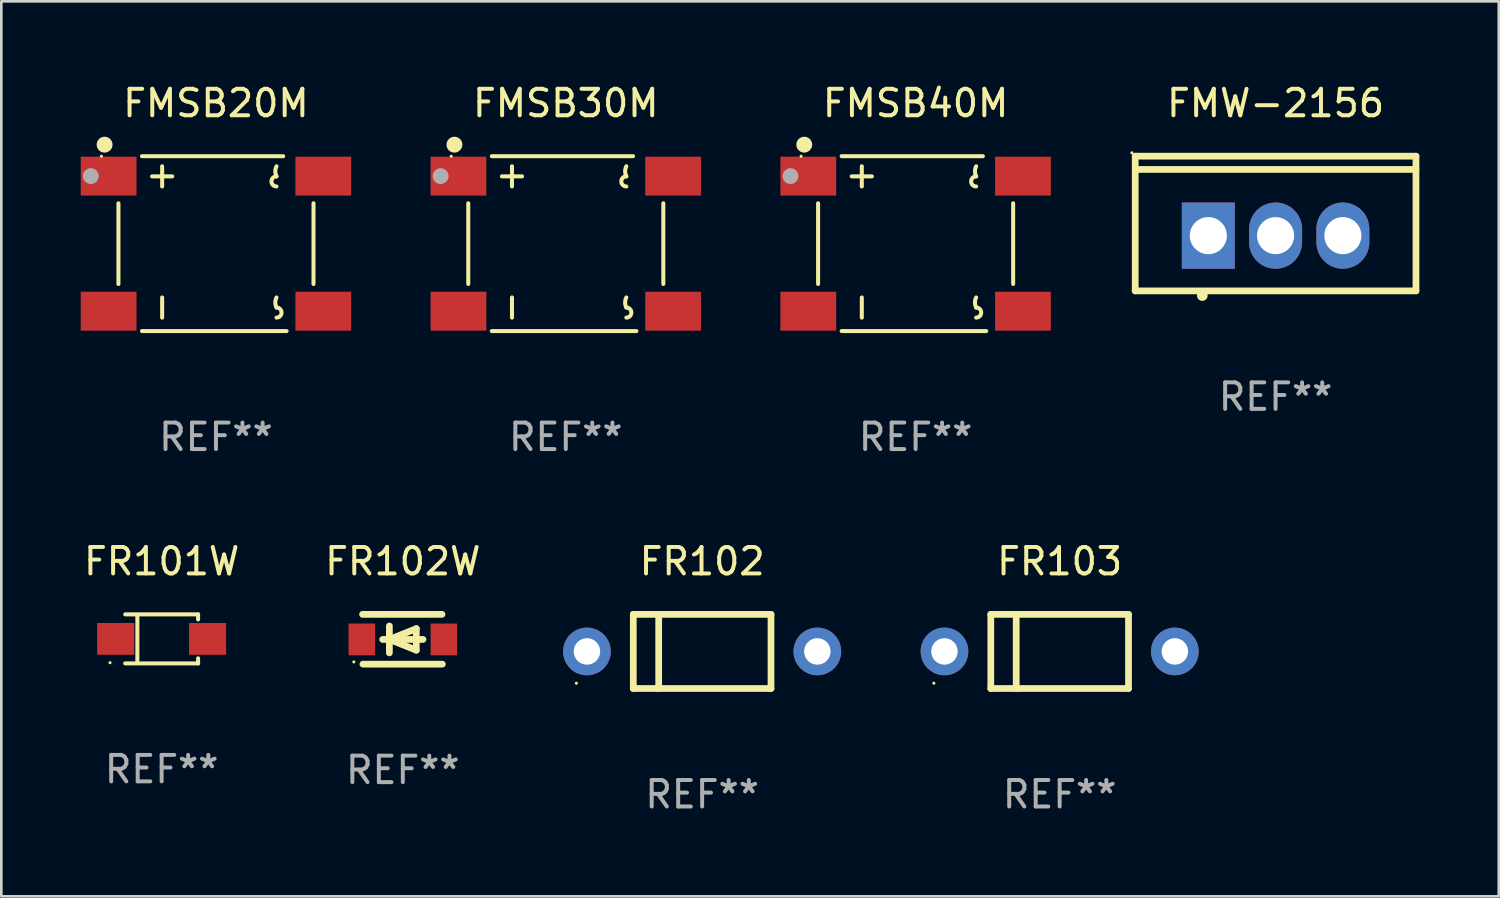
<source format=kicad_pcb>
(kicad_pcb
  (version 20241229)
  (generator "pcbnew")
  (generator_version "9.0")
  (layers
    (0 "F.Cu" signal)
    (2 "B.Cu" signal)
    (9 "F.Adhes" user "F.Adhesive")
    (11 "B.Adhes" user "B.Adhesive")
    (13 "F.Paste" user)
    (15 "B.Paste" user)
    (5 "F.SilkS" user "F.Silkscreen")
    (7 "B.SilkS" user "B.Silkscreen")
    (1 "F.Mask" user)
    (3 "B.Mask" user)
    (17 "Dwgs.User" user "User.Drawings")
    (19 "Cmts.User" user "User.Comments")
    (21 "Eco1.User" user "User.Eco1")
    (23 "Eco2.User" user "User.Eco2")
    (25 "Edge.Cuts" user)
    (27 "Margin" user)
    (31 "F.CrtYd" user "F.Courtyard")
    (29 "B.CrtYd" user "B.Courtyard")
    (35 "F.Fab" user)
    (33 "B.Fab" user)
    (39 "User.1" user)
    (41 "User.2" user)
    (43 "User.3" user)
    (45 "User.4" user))
  (footprint "FR102W"
    (layer "F.Cu")
    (at 12.161 21.089)
    (property "Reference" "FR102W" (at 0 -2.94 0) (layer "F.SilkS") (effects (font (size 1 1) (thickness 0.15))))
    (attr through_hole)
    (fp_line (start -1.52 -0.94) (end 1.48 -0.94) (stroke (width 0.254) (type solid)) (layer "F.SilkS"))
    (fp_line (start -1.507 0.94) (end 1.493 0.94) (stroke (width 0.254) (type solid)) (layer "F.SilkS"))
    (fp_line (start -0.762 0.007) (end 0.762 0.007) (stroke (width 0.254) (type solid)) (layer "F.SilkS"))
    (fp_line (start -0.508 -0.501) (end -0.508 0.515) (stroke (width 0.254) (type solid)) (layer "F.SilkS"))
    (fp_line (start -0.508 0.007) (end 0.508 -0.4) (stroke (width 0.254) (type solid)) (layer "F.SilkS"))
    (fp_line (start 0.508 -0.4) (end 0.508 0.413) (stroke (width 0.254) (type solid)) (layer "F.SilkS"))
    (fp_line (start 0.508 0.413) (end -0.508 0.007) (stroke (width 0.254) (type solid)) (layer "F.SilkS"))
    (fp_circle (center -1.85 0.857) (end -1.82 0.857) (stroke (width 0.06) (type solid)) (fill no) (layer "F.SilkS"))
    (fp_text user "REF**" (at 0 4.94 0) (layer "F.Fab") (effects (font (size 1 1) (thickness 0.15))))
    (pad "1" smd rect (at -1.55 0.007) (size 1 1.2) (layers "F.Cu" "F.Mask" "F.Paste"))
    (pad "2" smd rect (at 1.55 0.007) (size 1 1.2) (layers "F.Cu" "F.Mask" "F.Paste")))
  (footprint "FMSB30M"
    (layer "F.Cu")
    (at 18.315 6.15)
    (property "Reference" "FMSB30M" (at 0 -5.302 0) (layer "F.SilkS") (effects (font (size 1 1) (thickness 0.15))))
    (attr through_hole)
    (fp_line (start -3.683 -1.524) (end -3.683 1.524) (stroke (width 0.152) (type solid)) (layer "F.SilkS"))
    (fp_line (start -2.794 -3.302) (end 2.54 -3.302) (stroke (width 0.152) (type solid)) (layer "F.SilkS"))
    (fp_line (start -2.794 3.302) (end 2.667 3.302) (stroke (width 0.152) (type solid)) (layer "F.SilkS"))
    (fp_line (start -2.413 -2.54) (end -1.651 -2.54) (stroke (width 0.152) (type solid)) (layer "F.SilkS"))
    (fp_line (start -2.032 -2.921) (end -2.032 -2.159) (stroke (width 0.152) (type solid)) (layer "F.SilkS"))
    (fp_line (start -2.032 2.032) (end -2.032 2.794) (stroke (width 0.152) (type solid)) (layer "F.SilkS"))
    (fp_line (start 3.683 -1.524) (end 3.683 1.524) (stroke (width 0.152) (type solid)) (layer "F.SilkS"))
    (fp_arc (start 2.286004 -2.540006) (mid 2.241034 -2.730506) (end 2.286005 -2.921006) (stroke (width 0.151994) (type solid)) (layer "F.SilkS"))
    (fp_arc (start 2.286005 -2.159004) (mid 2.095504 -2.349505) (end 2.286005 -2.540006) (stroke (width 0.151994) (type solid)) (layer "F.SilkS"))
    (fp_arc (start 2.286005 2.413004) (mid 2.241034 2.222504) (end 2.286005 2.032004) (stroke (width 0.151994) (type solid)) (layer "F.SilkS"))
    (fp_arc (start 2.286005 2.413004) (mid 2.476506 2.603505) (end 2.286005 2.794006) (stroke (width 0.151994) (type solid)) (layer "F.SilkS"))
    (fp_circle (center -4.325 -3.3) (end -4.295 -3.3) (stroke (width 0.06) (type solid)) (fill no) (layer "F.SilkS"))
    (fp_circle (center -4.205 -3.737) (end -4.055 -3.737) (stroke (width 0.3) (type solid)) (fill no) (layer "F.SilkS"))
    (fp_circle (center -4.725 -2.55) (end -4.575 -2.55) (stroke (width 0.3) (type solid)) (fill no) (layer "F.Fab"))
    (fp_text user "REF**" (at 0 7.302 0) (layer "F.Fab") (effects (font (size 1 1) (thickness 0.15))))
    (pad "1" smd rect (at -4.053 -2.55) (size 2.105 1.47) (layers "F.Cu" "F.Mask" "F.Paste"))
    (pad "2" smd rect (at -4.053 2.55) (size 2.105 1.47) (layers "F.Cu" "F.Mask" "F.Paste"))
    (pad "3" smd rect (at 4.053 2.55) (size 2.105 1.47) (layers "F.Cu" "F.Mask" "F.Paste"))
    (pad "4" smd rect (at 4.053 -2.55) (size 2.105 1.47) (layers "F.Cu" "F.Mask" "F.Paste")))
  (footprint "FMSB40M"
    (layer "F.Cu")
    (at 31.525 6.15)
    (property "Reference" "FMSB40M" (at 0 -5.302 0) (layer "F.SilkS") (effects (font (size 1 1) (thickness 0.15))))
    (attr through_hole)
    (fp_line (start -3.683 -1.524) (end -3.683 1.524) (stroke (width 0.152) (type solid)) (layer "F.SilkS"))
    (fp_line (start -2.794 -3.302) (end 2.54 -3.302) (stroke (width 0.152) (type solid)) (layer "F.SilkS"))
    (fp_line (start -2.794 3.302) (end 2.667 3.302) (stroke (width 0.152) (type solid)) (layer "F.SilkS"))
    (fp_line (start -2.413 -2.54) (end -1.651 -2.54) (stroke (width 0.152) (type solid)) (layer "F.SilkS"))
    (fp_line (start -2.032 -2.921) (end -2.032 -2.159) (stroke (width 0.152) (type solid)) (layer "F.SilkS"))
    (fp_line (start -2.032 2.032) (end -2.032 2.794) (stroke (width 0.152) (type solid)) (layer "F.SilkS"))
    (fp_line (start 3.683 -1.524) (end 3.683 1.524) (stroke (width 0.152) (type solid)) (layer "F.SilkS"))
    (fp_arc (start 2.286004 -2.540006) (mid 2.241034 -2.730506) (end 2.286005 -2.921006) (stroke (width 0.151994) (type solid)) (layer "F.SilkS"))
    (fp_arc (start 2.286005 -2.159004) (mid 2.095504 -2.349505) (end 2.286005 -2.540006) (stroke (width 0.151994) (type solid)) (layer "F.SilkS"))
    (fp_arc (start 2.286005 2.413004) (mid 2.241034 2.222504) (end 2.286005 2.032004) (stroke (width 0.151994) (type solid)) (layer "F.SilkS"))
    (fp_arc (start 2.286005 2.413004) (mid 2.476506 2.603505) (end 2.286005 2.794006) (stroke (width 0.151994) (type solid)) (layer "F.SilkS"))
    (fp_circle (center -4.325 -3.3) (end -4.295 -3.3) (stroke (width 0.06) (type solid)) (fill no) (layer "F.SilkS"))
    (fp_circle (center -4.205 -3.737) (end -4.055 -3.737) (stroke (width 0.3) (type solid)) (fill no) (layer "F.SilkS"))
    (fp_circle (center -4.725 -2.55) (end -4.575 -2.55) (stroke (width 0.3) (type solid)) (fill no) (layer "F.Fab"))
    (fp_text user "REF**" (at 0 7.302 0) (layer "F.Fab") (effects (font (size 1 1) (thickness 0.15))))
    (pad "1" smd rect (at -4.053 -2.55) (size 2.105 1.47) (layers "F.Cu" "F.Mask" "F.Paste"))
    (pad "2" smd rect (at -4.053 2.55) (size 2.105 1.47) (layers "F.Cu" "F.Mask" "F.Paste"))
    (pad "3" smd rect (at 4.053 2.55) (size 2.105 1.47) (layers "F.Cu" "F.Mask" "F.Paste"))
    (pad "4" smd rect (at 4.053 -2.55) (size 2.105 1.47) (layers "F.Cu" "F.Mask" "F.Paste")))
  (footprint "FR103"
    (layer "F.Cu")
    (at 36.964 21.549)
    (property "Reference" "FR103" (at 0 -3.4 0) (layer "F.SilkS") (effects (font (size 1 1) (thickness 0.15))))
    (attr through_hole)
    (fp_line (start -2.6 -1.4) (end -2.6 1.4) (stroke (width 0.254) (type solid)) (layer "F.SilkS"))
    (fp_line (start -2.6 -1.4) (end 2.6 -1.4) (stroke (width 0.254) (type solid)) (layer "F.SilkS"))
    (fp_line (start -2.6 1.4) (end 2.6 1.4) (stroke (width 0.254) (type solid)) (layer "F.SilkS"))
    (fp_line (start -1.641 -1.4) (end -1.641 1.4) (stroke (width 0.254) (type solid)) (layer "F.SilkS"))
    (fp_line (start 2.6 -1.4) (end 2.6 1.4) (stroke (width 0.254) (type solid)) (layer "F.SilkS"))
    (fp_circle (center -4.75 1.2) (end -4.72 1.2) (stroke (width 0.06) (type solid)) (fill no) (layer "F.SilkS"))
    (fp_text user "REF**" (at 0 5.4 0) (layer "F.Fab") (effects (font (size 1 1) (thickness 0.15))))
    (pad "1" thru_hole circle (at -4.35 0) (size 1.8 1.8) (drill 1) (layers "*.Cu" "*.Mask"))
    (pad "2" thru_hole circle (at 4.35 0) (size 1.8 1.8) (drill 1) (layers "*.Cu" "*.Mask")))
  (footprint "FMSB20M"
    (layer "F.Cu")
    (at 5.105 6.15)
    (property "Reference" "FMSB20M" (at 0 -5.302 0) (layer "F.SilkS") (effects (font (size 1 1) (thickness 0.15))))
    (attr through_hole)
    (fp_line (start -3.683 -1.524) (end -3.683 1.524) (stroke (width 0.152) (type solid)) (layer "F.SilkS"))
    (fp_line (start -2.794 -3.302) (end 2.54 -3.302) (stroke (width 0.152) (type solid)) (layer "F.SilkS"))
    (fp_line (start -2.794 3.302) (end 2.667 3.302) (stroke (width 0.152) (type solid)) (layer "F.SilkS"))
    (fp_line (start -2.413 -2.54) (end -1.651 -2.54) (stroke (width 0.152) (type solid)) (layer "F.SilkS"))
    (fp_line (start -2.032 -2.921) (end -2.032 -2.159) (stroke (width 0.152) (type solid)) (layer "F.SilkS"))
    (fp_line (start -2.032 2.032) (end -2.032 2.794) (stroke (width 0.152) (type solid)) (layer "F.SilkS"))
    (fp_line (start 3.683 -1.524) (end 3.683 1.524) (stroke (width 0.152) (type solid)) (layer "F.SilkS"))
    (fp_arc (start 2.286004 -2.540006) (mid 2.241034 -2.730506) (end 2.286005 -2.921006) (stroke (width 0.151994) (type solid)) (layer "F.SilkS"))
    (fp_arc (start 2.286005 -2.159004) (mid 2.095504 -2.349505) (end 2.286005 -2.540006) (stroke (width 0.151994) (type solid)) (layer "F.SilkS"))
    (fp_arc (start 2.286005 2.413004) (mid 2.241034 2.222504) (end 2.286005 2.032004) (stroke (width 0.151994) (type solid)) (layer "F.SilkS"))
    (fp_arc (start 2.286005 2.413004) (mid 2.476506 2.603505) (end 2.286005 2.794006) (stroke (width 0.151994) (type solid)) (layer "F.SilkS"))
    (fp_circle (center -4.325 -3.3) (end -4.295 -3.3) (stroke (width 0.06) (type solid)) (fill no) (layer "F.SilkS"))
    (fp_circle (center -4.205 -3.737) (end -4.055 -3.737) (stroke (width 0.3) (type solid)) (fill no) (layer "F.SilkS"))
    (fp_circle (center -4.725 -2.55) (end -4.575 -2.55) (stroke (width 0.3) (type solid)) (fill no) (layer "F.Fab"))
    (fp_text user "REF**" (at 0 7.302 0) (layer "F.Fab") (effects (font (size 1 1) (thickness 0.15))))
    (pad "1" smd rect (at -4.053 -2.55) (size 2.105 1.47) (layers "F.Cu" "F.Mask" "F.Paste"))
    (pad "2" smd rect (at -4.053 2.55) (size 2.105 1.47) (layers "F.Cu" "F.Mask" "F.Paste"))
    (pad "3" smd rect (at 4.053 2.55) (size 2.105 1.47) (layers "F.Cu" "F.Mask" "F.Paste"))
    (pad "4" smd rect (at 4.053 -2.55) (size 2.105 1.47) (layers "F.Cu" "F.Mask" "F.Paste")))
  (footprint "FR101W"
    (layer "F.Cu")
    (at 3.054 21.075)
    (property "Reference" "FR101W" (at 0 -2.926 0) (layer "F.SilkS") (effects (font (size 1 1) (thickness 0.15))))
    (attr through_hole)
    (fp_line (start -1.376 -0.926) (end 1.376 -0.926) (stroke (width 0.152) (type solid)) (layer "F.SilkS"))
    (fp_line (start -1.376 0.926) (end 1.376 0.926) (stroke (width 0.152) (type solid)) (layer "F.SilkS"))
    (fp_line (start -0.917 -0.876) (end -0.917 0.876) (stroke (width 0.152) (type solid)) (layer "F.SilkS"))
    (fp_line (start 1.376 -0.926) (end 1.376 -0.733) (stroke (width 0.152) (type solid)) (layer "F.SilkS"))
    (fp_line (start 1.376 0.926) (end 1.376 0.733) (stroke (width 0.152) (type solid)) (layer "F.SilkS"))
    (fp_circle (center -1.95 0.9) (end -1.92 0.9) (stroke (width 0.06) (type solid)) (fill no) (layer "F.SilkS"))
    (fp_text user "REF**" (at 0 4.926 0) (layer "F.Fab") (effects (font (size 1 1) (thickness 0.15))))
    (pad "1" smd rect (at -1.735 0) (size 1.4 1.2) (layers "F.Cu" "F.Mask" "F.Paste"))
    (pad "2" smd rect (at 1.735 0) (size 1.4 1.2) (layers "F.Cu" "F.Mask" "F.Paste")))
  (footprint "FMW-2156"
    (layer "F.Cu")
    (at 45.118 5.391)
    (property "Reference" "FMW-2156" (at 0 -4.543 0) (layer "F.SilkS") (effects (font (size 1 1) (thickness 0.15))))
    (attr through_hole)
    (fp_line (start -5.301 -2.543) (end 5.301 -2.543) (stroke (width 0.254) (type solid)) (layer "F.SilkS"))
    (fp_line (start -5.301 2.543) (end -5.301 -2.543) (stroke (width 0.254) (type solid)) (layer "F.SilkS"))
    (fp_line (start 5.3 -2.043) (end -5.3 -2.043) (stroke (width 0.254) (type solid)) (layer "F.SilkS"))
    (fp_line (start 5.301 -2.543) (end 5.301 2.543) (stroke (width 0.254) (type solid)) (layer "F.SilkS"))
    (fp_line (start 5.301 2.543) (end -5.301 2.543) (stroke (width 0.254) (type solid)) (layer "F.SilkS"))
    (fp_arc (start -2.768606 2.720345) (mid -2.767336 2.720341) (end -2.766066 2.720345) (stroke (width 0.4) (type solid)) (layer "F.SilkS"))
    (fp_circle (center -5.428 -2.67) (end -5.398 -2.67) (stroke (width 0.06) (type solid)) (fill no) (layer "F.SilkS"))
    (fp_text user "REF**" (at 0 6.543 0) (layer "F.Fab") (effects (font (size 1 1) (thickness 0.15))))
    (pad "1" thru_hole rect (at -2.54 0.457) (size 2 2.5) (drill 1.4) (layers "*.Cu" "*.Mask"))
    (pad "2" thru_hole oval (at 0 0.457) (size 2 2.5) (drill 1.4) (layers "*.Cu" "*.Mask"))
    (pad "3" thru_hole oval (at 2.54 0.457) (size 2 2.5) (drill 1.4) (layers "*.Cu" "*.Mask")))
  (footprint "FR102"
    (layer "F.Cu")
    (at 23.464 21.549)
    (property "Reference" "FR102" (at 0 -3.4 0) (layer "F.SilkS") (effects (font (size 1 1) (thickness 0.15))))
    (attr through_hole)
    (fp_line (start -2.6 -1.4) (end -2.6 1.4) (stroke (width 0.254) (type solid)) (layer "F.SilkS"))
    (fp_line (start -2.6 -1.4) (end 2.6 -1.4) (stroke (width 0.254) (type solid)) (layer "F.SilkS"))
    (fp_line (start -2.6 1.4) (end 2.6 1.4) (stroke (width 0.254) (type solid)) (layer "F.SilkS"))
    (fp_line (start -1.641 -1.4) (end -1.641 1.4) (stroke (width 0.254) (type solid)) (layer "F.SilkS"))
    (fp_line (start 2.6 -1.4) (end 2.6 1.4) (stroke (width 0.254) (type solid)) (layer "F.SilkS"))
    (fp_circle (center -4.75 1.2) (end -4.72 1.2) (stroke (width 0.06) (type solid)) (fill no) (layer "F.SilkS"))
    (fp_text user "REF**" (at 0 5.4 0) (layer "F.Fab") (effects (font (size 1 1) (thickness 0.15))))
    (pad "1" thru_hole circle (at -4.35 0) (size 1.8 1.8) (drill 1) (layers "*.Cu" "*.Mask"))
    (pad "2" thru_hole circle (at 4.35 0) (size 1.8 1.8) (drill 1) (layers "*.Cu" "*.Mask")))
  (gr_rect
    (start -3 -3)
    (end 53.546 30.797)
    (stroke (width 0.1) (type default))
    (fill no)
    (layer "Edge.Cuts")))
</source>
